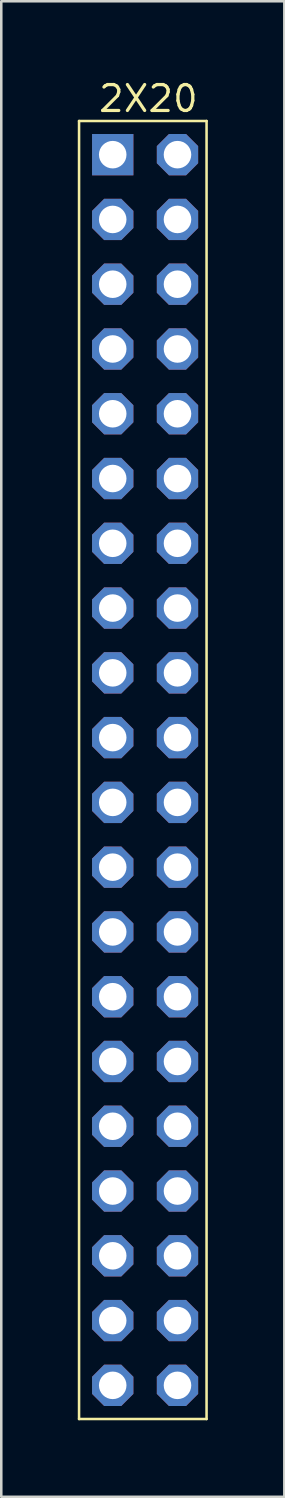
<source format=kicad_pcb>
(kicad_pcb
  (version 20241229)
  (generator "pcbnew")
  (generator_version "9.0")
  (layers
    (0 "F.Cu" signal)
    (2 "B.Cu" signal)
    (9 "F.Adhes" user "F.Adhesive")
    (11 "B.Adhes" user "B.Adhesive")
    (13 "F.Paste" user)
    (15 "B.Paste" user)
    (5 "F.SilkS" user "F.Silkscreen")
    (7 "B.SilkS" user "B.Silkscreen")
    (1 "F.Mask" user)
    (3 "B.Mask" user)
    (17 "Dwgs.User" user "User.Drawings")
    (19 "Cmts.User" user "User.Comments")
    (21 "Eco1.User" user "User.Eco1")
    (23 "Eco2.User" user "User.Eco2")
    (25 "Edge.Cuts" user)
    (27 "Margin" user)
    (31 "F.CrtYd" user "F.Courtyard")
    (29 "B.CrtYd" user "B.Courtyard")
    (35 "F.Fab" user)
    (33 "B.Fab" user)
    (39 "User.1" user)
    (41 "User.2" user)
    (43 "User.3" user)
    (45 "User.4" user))
  (footprint "2X20"
    (layer "F.Cu")
    (at 1.37 3.015)
    (property "Reference" "2X20" (at 1.398 -2.197 0) (layer "F.SilkS") (effects (font (size 1.016 1.016) (thickness 0.127))))
    (attr through_hole)
    (fp_line (start -1.32 -1.32) (end -1.32 49.58) (stroke (width 0.1) (type default)) (layer "F.SilkS"))
    (fp_line (start -1.32 -1.32) (end 3.68 -1.32) (stroke (width 0.1) (type default)) (layer "F.SilkS"))
    (fp_line (start -1.32 49.58) (end 3.68 49.58) (stroke (width 0.1) (type default)) (layer "F.SilkS"))
    (fp_line (start 3.68 -1.32) (end 3.68 49.58) (stroke (width 0.1) (type default)) (layer "F.SilkS"))
    (pad "1" thru_hole rect (at 0 0) (size 1.62 1.62) (drill 1.08) (layers "*.Cu" "*.Mask"))
    (pad "2" thru_hole roundrect (at 0 2.54) (size 1.62 1.62) (drill 1.08) (layers "*.Cu" "*.Mask") (roundrect_rratio 0.25) (chamfer_ratio 0.293) (chamfer top_left top_right bottom_left bottom_right))
    (pad "3" thru_hole roundrect (at 0 5.08) (size 1.62 1.62) (drill 1.08) (layers "*.Cu" "*.Mask") (roundrect_rratio 0.25) (chamfer_ratio 0.293) (chamfer top_left top_right bottom_left bottom_right))
    (pad "4" thru_hole roundrect (at 0 7.62) (size 1.62 1.62) (drill 1.08) (layers "*.Cu" "*.Mask") (roundrect_rratio 0.25) (chamfer_ratio 0.293) (chamfer top_left top_right bottom_left bottom_right))
    (pad "5" thru_hole roundrect (at 0 10.16) (size 1.62 1.62) (drill 1.08) (layers "*.Cu" "*.Mask") (roundrect_rratio 0.25) (chamfer_ratio 0.293) (chamfer top_left top_right bottom_left bottom_right))
    (pad "6" thru_hole roundrect (at 0 12.7) (size 1.62 1.62) (drill 1.08) (layers "*.Cu" "*.Mask") (roundrect_rratio 0.25) (chamfer_ratio 0.293) (chamfer top_left top_right bottom_left bottom_right))
    (pad "7" thru_hole roundrect (at 0 15.24) (size 1.62 1.62) (drill 1.08) (layers "*.Cu" "*.Mask") (roundrect_rratio 0.25) (chamfer_ratio 0.293) (chamfer top_left top_right bottom_left bottom_right))
    (pad "8" thru_hole roundrect (at 0 17.78) (size 1.62 1.62) (drill 1.08) (layers "*.Cu" "*.Mask") (roundrect_rratio 0.25) (chamfer_ratio 0.293) (chamfer top_left top_right bottom_left bottom_right))
    (pad "9" thru_hole roundrect (at 0 20.32) (size 1.62 1.62) (drill 1.08) (layers "*.Cu" "*.Mask") (roundrect_rratio 0.25) (chamfer_ratio 0.293) (chamfer top_left top_right bottom_left bottom_right))
    (pad "10" thru_hole roundrect (at 0 22.86) (size 1.62 1.62) (drill 1.08) (layers "*.Cu" "*.Mask") (roundrect_rratio 0.25) (chamfer_ratio 0.293) (chamfer top_left top_right bottom_left bottom_right))
    (pad "11" thru_hole roundrect (at 0 25.4) (size 1.62 1.62) (drill 1.08) (layers "*.Cu" "*.Mask") (roundrect_rratio 0.25) (chamfer_ratio 0.293) (chamfer top_left top_right bottom_left bottom_right))
    (pad "12" thru_hole roundrect (at 0 27.94) (size 1.62 1.62) (drill 1.08) (layers "*.Cu" "*.Mask") (roundrect_rratio 0.25) (chamfer_ratio 0.293) (chamfer top_left top_right bottom_left bottom_right))
    (pad "13" thru_hole roundrect (at 0 30.48) (size 1.62 1.62) (drill 1.08) (layers "*.Cu" "*.Mask") (roundrect_rratio 0.25) (chamfer_ratio 0.293) (chamfer top_left top_right bottom_left bottom_right))
    (pad "14" thru_hole roundrect (at 0 33.02) (size 1.62 1.62) (drill 1.08) (layers "*.Cu" "*.Mask") (roundrect_rratio 0.25) (chamfer_ratio 0.293) (chamfer top_left top_right bottom_left bottom_right))
    (pad "15" thru_hole roundrect (at 0 35.56) (size 1.62 1.62) (drill 1.08) (layers "*.Cu" "*.Mask") (roundrect_rratio 0.25) (chamfer_ratio 0.293) (chamfer top_left top_right bottom_left bottom_right))
    (pad "16" thru_hole roundrect (at 0 38.1) (size 1.62 1.62) (drill 1.08) (layers "*.Cu" "*.Mask") (roundrect_rratio 0.25) (chamfer_ratio 0.293) (chamfer top_left top_right bottom_left bottom_right))
    (pad "17" thru_hole roundrect (at 0 40.64) (size 1.62 1.62) (drill 1.08) (layers "*.Cu" "*.Mask") (roundrect_rratio 0.25) (chamfer_ratio 0.293) (chamfer top_left top_right bottom_left bottom_right))
    (pad "18" thru_hole roundrect (at 0 43.18) (size 1.62 1.62) (drill 1.08) (layers "*.Cu" "*.Mask") (roundrect_rratio 0.25) (chamfer_ratio 0.293) (chamfer top_left top_right bottom_left bottom_right))
    (pad "19" thru_hole roundrect (at 0 45.72) (size 1.62 1.62) (drill 1.08) (layers "*.Cu" "*.Mask") (roundrect_rratio 0.25) (chamfer_ratio 0.293) (chamfer top_left top_right bottom_left bottom_right))
    (pad "20" thru_hole roundrect (at 0 48.26) (size 1.62 1.62) (drill 1.08) (layers "*.Cu" "*.Mask") (roundrect_rratio 0.25) (chamfer_ratio 0.293) (chamfer top_left top_right bottom_left bottom_right))
    (pad "21" thru_hole roundrect (at 2.54 0) (size 1.62 1.62) (drill 1.08) (layers "*.Cu" "*.Mask") (roundrect_rratio 0.25) (chamfer_ratio 0.293) (chamfer top_left top_right bottom_left bottom_right))
    (pad "22" thru_hole roundrect (at 2.54 2.54) (size 1.62 1.62) (drill 1.08) (layers "*.Cu" "*.Mask") (roundrect_rratio 0.25) (chamfer_ratio 0.293) (chamfer top_left top_right bottom_left bottom_right))
    (pad "23" thru_hole roundrect (at 2.54 5.08) (size 1.62 1.62) (drill 1.08) (layers "*.Cu" "*.Mask") (roundrect_rratio 0.25) (chamfer_ratio 0.293) (chamfer top_left top_right bottom_left bottom_right))
    (pad "24" thru_hole roundrect (at 2.54 7.62) (size 1.62 1.62) (drill 1.08) (layers "*.Cu" "*.Mask") (roundrect_rratio 0.25) (chamfer_ratio 0.293) (chamfer top_left top_right bottom_left bottom_right))
    (pad "25" thru_hole roundrect (at 2.54 10.16) (size 1.62 1.62) (drill 1.08) (layers "*.Cu" "*.Mask") (roundrect_rratio 0.25) (chamfer_ratio 0.293) (chamfer top_left top_right bottom_left bottom_right))
    (pad "26" thru_hole roundrect (at 2.54 12.7) (size 1.62 1.62) (drill 1.08) (layers "*.Cu" "*.Mask") (roundrect_rratio 0.25) (chamfer_ratio 0.293) (chamfer top_left top_right bottom_left bottom_right))
    (pad "27" thru_hole roundrect (at 2.54 15.24) (size 1.62 1.62) (drill 1.08) (layers "*.Cu" "*.Mask") (roundrect_rratio 0.25) (chamfer_ratio 0.293) (chamfer top_left top_right bottom_left bottom_right))
    (pad "28" thru_hole roundrect (at 2.54 17.78) (size 1.62 1.62) (drill 1.08) (layers "*.Cu" "*.Mask") (roundrect_rratio 0.25) (chamfer_ratio 0.293) (chamfer top_left top_right bottom_left bottom_right))
    (pad "29" thru_hole roundrect (at 2.54 20.32) (size 1.62 1.62) (drill 1.08) (layers "*.Cu" "*.Mask") (roundrect_rratio 0.25) (chamfer_ratio 0.293) (chamfer top_left top_right bottom_left bottom_right))
    (pad "30" thru_hole roundrect (at 2.54 22.86) (size 1.62 1.62) (drill 1.08) (layers "*.Cu" "*.Mask") (roundrect_rratio 0.25) (chamfer_ratio 0.293) (chamfer top_left top_right bottom_left bottom_right))
    (pad "31" thru_hole roundrect (at 2.54 25.4) (size 1.62 1.62) (drill 1.08) (layers "*.Cu" "*.Mask") (roundrect_rratio 0.25) (chamfer_ratio 0.293) (chamfer top_left top_right bottom_left bottom_right))
    (pad "32" thru_hole roundrect (at 2.54 27.94) (size 1.62 1.62) (drill 1.08) (layers "*.Cu" "*.Mask") (roundrect_rratio 0.25) (chamfer_ratio 0.293) (chamfer top_left top_right bottom_left bottom_right))
    (pad "33" thru_hole roundrect (at 2.54 30.48) (size 1.62 1.62) (drill 1.08) (layers "*.Cu" "*.Mask") (roundrect_rratio 0.25) (chamfer_ratio 0.293) (chamfer top_left top_right bottom_left bottom_right))
    (pad "34" thru_hole roundrect (at 2.54 33.02) (size 1.62 1.62) (drill 1.08) (layers "*.Cu" "*.Mask") (roundrect_rratio 0.25) (chamfer_ratio 0.293) (chamfer top_left top_right bottom_left bottom_right))
    (pad "35" thru_hole roundrect (at 2.54 35.56) (size 1.62 1.62) (drill 1.08) (layers "*.Cu" "*.Mask") (roundrect_rratio 0.25) (chamfer_ratio 0.293) (chamfer top_left top_right bottom_left bottom_right))
    (pad "36" thru_hole roundrect (at 2.54 38.1) (size 1.62 1.62) (drill 1.08) (layers "*.Cu" "*.Mask") (roundrect_rratio 0.25) (chamfer_ratio 0.293) (chamfer top_left top_right bottom_left bottom_right))
    (pad "37" thru_hole roundrect (at 2.54 40.64) (size 1.62 1.62) (drill 1.08) (layers "*.Cu" "*.Mask") (roundrect_rratio 0.25) (chamfer_ratio 0.293) (chamfer top_left top_right bottom_left bottom_right))
    (pad "38" thru_hole roundrect (at 2.54 43.18) (size 1.62 1.62) (drill 1.08) (layers "*.Cu" "*.Mask") (roundrect_rratio 0.25) (chamfer_ratio 0.293) (chamfer top_left top_right bottom_left bottom_right))
    (pad "39" thru_hole roundrect (at 2.54 45.72) (size 1.62 1.62) (drill 1.08) (layers "*.Cu" "*.Mask") (roundrect_rratio 0.25) (chamfer_ratio 0.293) (chamfer top_left top_right bottom_left bottom_right))
    (pad "40" thru_hole roundrect (at 2.54 48.26) (size 1.62 1.62) (drill 1.08) (layers "*.Cu" "*.Mask") (roundrect_rratio 0.25) (chamfer_ratio 0.293) (chamfer top_left top_right bottom_left bottom_right)))
  (gr_rect
    (start -3 -3)
    (end 8.1 55.645)
    (stroke (width 0.1) (type default))
    (fill no)
    (layer "Edge.Cuts")))
</source>
